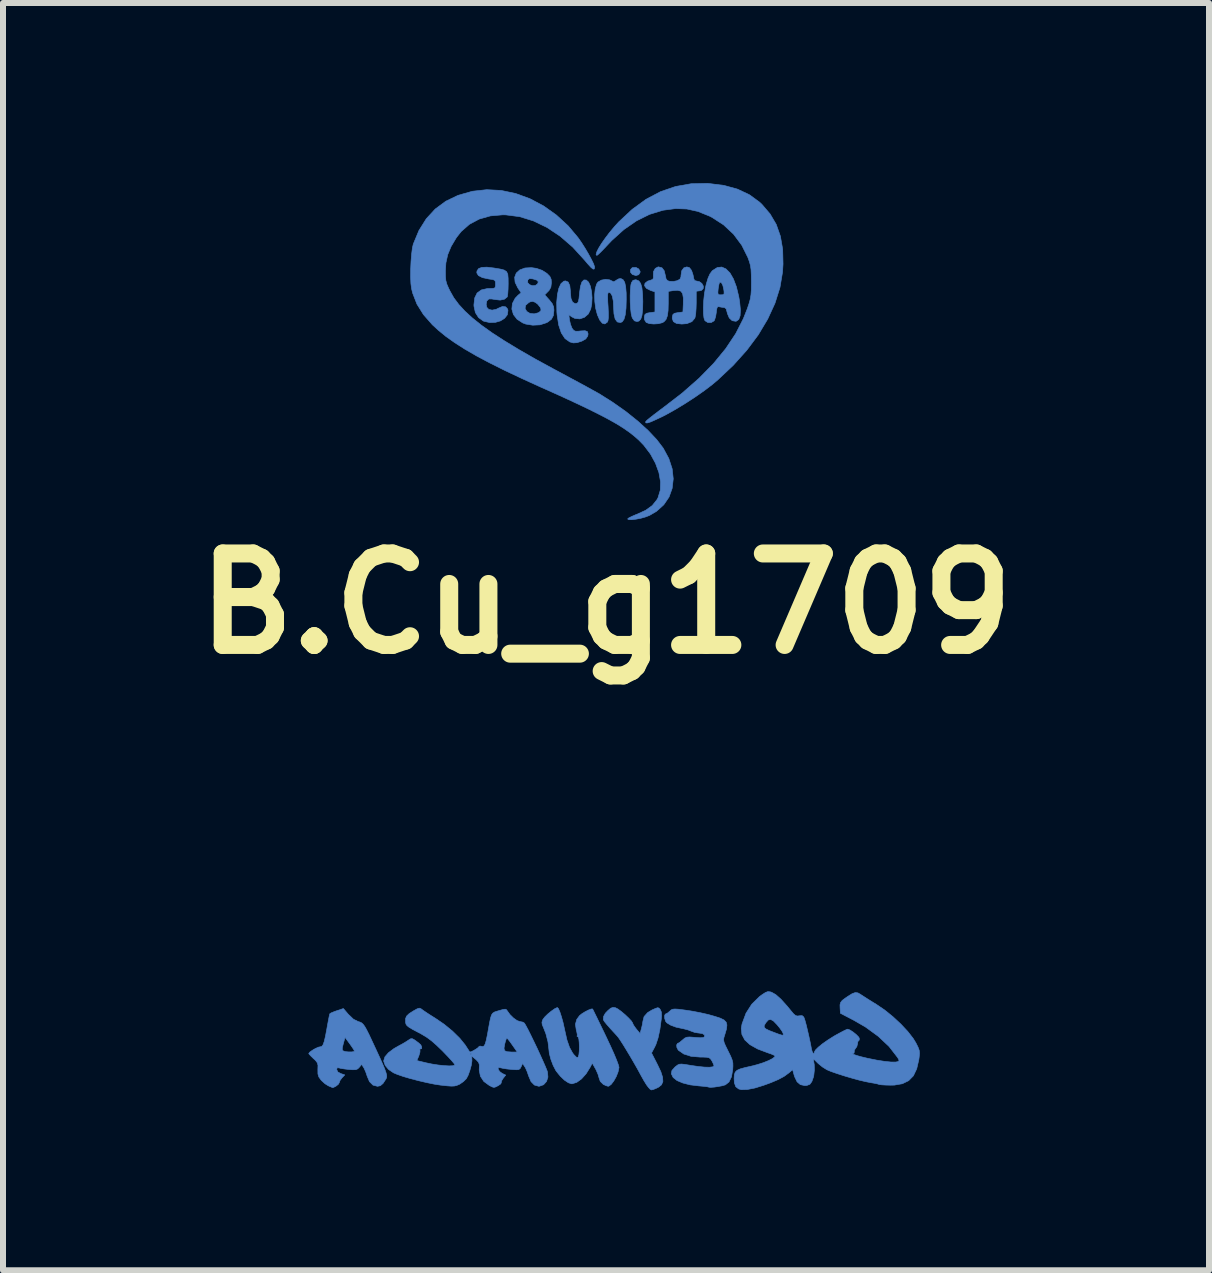
<source format=kicad_pcb>
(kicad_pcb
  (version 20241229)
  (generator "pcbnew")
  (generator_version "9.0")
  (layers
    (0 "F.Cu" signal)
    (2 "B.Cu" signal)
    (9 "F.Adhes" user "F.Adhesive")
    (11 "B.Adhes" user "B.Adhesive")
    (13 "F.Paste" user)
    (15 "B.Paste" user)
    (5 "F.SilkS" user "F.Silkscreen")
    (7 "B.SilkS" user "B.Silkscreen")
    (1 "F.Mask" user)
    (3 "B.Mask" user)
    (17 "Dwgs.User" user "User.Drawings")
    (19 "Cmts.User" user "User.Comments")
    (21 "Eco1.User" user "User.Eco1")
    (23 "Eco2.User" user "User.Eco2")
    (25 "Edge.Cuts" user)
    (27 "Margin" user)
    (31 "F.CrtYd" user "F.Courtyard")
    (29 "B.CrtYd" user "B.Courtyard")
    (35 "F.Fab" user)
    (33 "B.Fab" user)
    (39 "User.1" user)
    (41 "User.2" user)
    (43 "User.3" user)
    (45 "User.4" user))
  (footprint "B.Cu_g1709"
    (layer "F.Cu")
    (at 7.047 7.006)
    (property "Reference" "B.Cu_g1709" (at 0 0 0) (layer "F.SilkS") (effects (font (size 1.524 1.524) (thickness 0.3))))
    (attr through_hole)
    (fp_poly (pts (xy 0.545 -5.575) (xy 0.568 -5.534) (xy 0.567 -5.518) (xy 0.544 -5.479) (xy 0.498 -5.465) (xy 0.442 -5.482) (xy 0.439 -5.483) (xy 0.408 -5.52) (xy 0.407 -5.563) (xy 0.435 -5.595) (xy 0.444 -5.598) (xy 0.499 -5.6) (xy 0.545 -5.575)) (stroke (width 0.01) (type solid)) (fill yes) (layer "B.Cu"))
    (fp_poly (pts (xy 0.503 -5.394) (xy 0.546 -5.376) (xy 0.577 -5.334) (xy 0.598 -5.261) (xy 0.609 -5.154) (xy 0.613 -5.036) (xy 0.61 -4.9) (xy 0.599 -4.803) (xy 0.579 -4.74) (xy 0.548 -4.707) (xy 0.515 -4.699) (xy 0.473 -4.711) (xy 0.442 -4.752) (xy 0.433 -4.772) (xy 0.419 -4.83) (xy 0.409 -4.917) (xy 0.403 -5.021) (xy 0.402 -5.13) (xy 0.406 -5.23) (xy 0.414 -5.309) (xy 0.423 -5.345) (xy 0.449 -5.385) (xy 0.49 -5.395) (xy 0.503 -5.394)) (stroke (width 0.01) (type solid)) (fill yes) (layer "B.Cu"))
    (fp_poly (pts (xy 0.284 -5.396) (xy 0.311 -5.353) (xy 0.327 -5.28) (xy 0.336 -5.174) (xy 0.337 -5.069) (xy 0.333 -4.92) (xy 0.32 -4.81) (xy 0.299 -4.736) (xy 0.269 -4.694) (xy 0.24 -4.682) (xy 0.188 -4.692) (xy 0.152 -4.741) (xy 0.132 -4.829) (xy 0.127 -4.925) (xy 0.121 -5.04) (xy 0.104 -5.124) (xy 0.076 -5.174) (xy 0.048 -5.186) (xy 0.036 -5.179) (xy 0.028 -5.154) (xy 0.027 -5.105) (xy 0.029 -5.024) (xy 0.034 -4.953) (xy 0.039 -4.84) (xy 0.039 -4.763) (xy 0.033 -4.714) (xy 0.022 -4.689) (xy -0.02 -4.659) (xy -0.062 -4.671) (xy -0.106 -4.725) (xy -0.144 -4.811) (xy -0.172 -4.917) (xy -0.187 -5.031) (xy -0.19 -5.144) (xy -0.18 -5.244) (xy -0.157 -5.323) (xy -0.134 -5.357) (xy -0.078 -5.389) (xy -0.006 -5.402) (xy 0.062 -5.393) (xy 0.096 -5.376) (xy 0.127 -5.361) (xy 0.161 -5.379) (xy 0.168 -5.386) (xy 0.213 -5.411) (xy 0.247 -5.415) (xy 0.284 -5.396)) (stroke (width 0.01) (type solid)) (fill yes) (layer "B.Cu"))
    (fp_poly (pts (xy -0.329 -5.39) (xy -0.29 -5.355) (xy -0.26 -5.287) (xy -0.241 -5.197) (xy -0.233 -5.095) (xy -0.238 -4.991) (xy -0.255 -4.906) (xy -0.296 -4.824) (xy -0.36 -4.769) (xy -0.437 -4.743) (xy -0.519 -4.751) (xy -0.57 -4.777) (xy -0.62 -4.812) (xy -0.608 -4.723) (xy -0.592 -4.652) (xy -0.568 -4.591) (xy -0.562 -4.581) (xy -0.537 -4.55) (xy -0.506 -4.537) (xy -0.456 -4.538) (xy -0.425 -4.542) (xy -0.35 -4.546) (xy -0.31 -4.531) (xy -0.299 -4.493) (xy -0.305 -4.457) (xy -0.338 -4.409) (xy -0.402 -4.373) (xy -0.483 -4.347) (xy -0.546 -4.343) (xy -0.603 -4.359) (xy -0.683 -4.415) (xy -0.745 -4.509) (xy -0.789 -4.641) (xy -0.815 -4.809) (xy -0.819 -4.858) (xy -0.822 -5.015) (xy -0.81 -5.149) (xy -0.786 -5.255) (xy -0.75 -5.331) (xy -0.703 -5.371) (xy -0.675 -5.376) (xy -0.631 -5.357) (xy -0.604 -5.299) (xy -0.593 -5.202) (xy -0.593 -5.181) (xy -0.584 -5.085) (xy -0.558 -5.023) (xy -0.517 -4.998) (xy -0.496 -4.999) (xy -0.475 -5.008) (xy -0.46 -5.034) (xy -0.45 -5.084) (xy -0.442 -5.167) (xy -0.442 -5.172) (xy -0.426 -5.285) (xy -0.402 -5.358) (xy -0.368 -5.392) (xy -0.329 -5.39)) (stroke (width 0.01) (type solid)) (fill yes) (layer "B.Cu"))
    (fp_poly (pts (xy -1.868 -5.591) (xy -1.766 -5.574) (xy -1.698 -5.557) (xy -1.657 -5.53) (xy -1.637 -5.487) (xy -1.631 -5.419) (xy -1.63 -5.328) (xy -1.632 -5.239) (xy -1.637 -5.166) (xy -1.643 -5.118) (xy -1.647 -5.108) (xy -1.693 -5.071) (xy -1.764 -5.056) (xy -1.845 -5.065) (xy -1.904 -5.075) (xy -1.949 -5.075) (xy -1.954 -5.074) (xy -1.987 -5.041) (xy -1.997 -4.986) (xy -1.987 -4.936) (xy -1.954 -4.901) (xy -1.898 -4.889) (xy -1.831 -4.902) (xy -1.789 -4.923) (xy -1.725 -4.95) (xy -1.672 -4.944) (xy -1.639 -4.907) (xy -1.634 -4.882) (xy -1.644 -4.812) (xy -1.689 -4.754) (xy -1.758 -4.71) (xy -1.844 -4.685) (xy -1.939 -4.682) (xy -2.035 -4.704) (xy -2.047 -4.709) (xy -2.124 -4.765) (xy -2.177 -4.849) (xy -2.2 -4.954) (xy -2.201 -4.978) (xy -2.188 -5.092) (xy -2.148 -5.174) (xy -2.079 -5.225) (xy -1.979 -5.248) (xy -1.938 -5.249) (xy -1.879 -5.251) (xy -1.851 -5.261) (xy -1.842 -5.289) (xy -1.841 -5.322) (xy -1.843 -5.363) (xy -1.856 -5.387) (xy -1.889 -5.399) (xy -1.953 -5.408) (xy -1.959 -5.409) (xy -2.06 -5.431) (xy -2.125 -5.464) (xy -2.153 -5.509) (xy -2.15 -5.542) (xy -2.123 -5.581) (xy -2.07 -5.601) (xy -1.986 -5.605) (xy -1.868 -5.591)) (stroke (width 0.01) (type solid)) (fill yes) (layer "B.Cu"))
    (fp_poly (pts (xy 1.998 -5.576) (xy 2.064 -5.51) (xy 2.122 -5.41) (xy 2.172 -5.278) (xy 2.211 -5.116) (xy 2.226 -5.029) (xy 2.239 -4.893) (xy 2.234 -4.795) (xy 2.211 -4.733) (xy 2.169 -4.704) (xy 2.162 -4.703) (xy 2.102 -4.713) (xy 2.053 -4.759) (xy 2.022 -4.833) (xy 2.018 -4.851) (xy 2.001 -4.911) (xy 1.973 -4.932) (xy 1.971 -4.932) (xy 1.922 -4.938) (xy 1.892 -4.944) (xy 1.865 -4.947) (xy 1.85 -4.931) (xy 1.841 -4.887) (xy 1.837 -4.85) (xy 1.826 -4.781) (xy 1.809 -4.727) (xy 1.8 -4.71) (xy 1.752 -4.682) (xy 1.695 -4.683) (xy 1.648 -4.713) (xy 1.632 -4.757) (xy 1.623 -4.833) (xy 1.622 -4.932) (xy 1.627 -5.044) (xy 1.639 -5.16) (xy 1.643 -5.181) (xy 1.863 -5.181) (xy 1.869 -5.153) (xy 1.891 -5.144) (xy 1.916 -5.144) (xy 1.952 -5.146) (xy 1.967 -5.163) (xy 1.966 -5.204) (xy 1.962 -5.231) (xy 1.947 -5.298) (xy 1.925 -5.342) (xy 1.902 -5.355) (xy 1.892 -5.35) (xy 1.882 -5.322) (xy 1.872 -5.268) (xy 1.868 -5.24) (xy 1.863 -5.181) (xy 1.643 -5.181) (xy 1.658 -5.27) (xy 1.67 -5.323) (xy 1.7 -5.423) (xy 1.731 -5.492) (xy 1.767 -5.541) (xy 1.778 -5.551) (xy 1.854 -5.599) (xy 1.928 -5.607) (xy 1.998 -5.576)) (stroke (width 0.01) (type solid)) (fill yes) (layer "B.Cu"))
    (fp_poly (pts (xy 0.158 6.734) (xy 0.198 6.755) (xy 0.254 6.796) (xy 0.316 6.848) (xy 0.375 6.904) (xy 0.421 6.953) (xy 0.444 6.989) (xy 0.445 6.995) (xy 0.458 7.023) (xy 0.49 7.069) (xy 0.506 7.09) (xy 0.567 7.163) (xy 0.59 7.079) (xy 0.605 7.017) (xy 0.613 6.967) (xy 0.614 6.96) (xy 0.634 6.881) (xy 0.694 6.814) (xy 0.766 6.771) (xy 0.827 6.744) (xy 0.862 6.733) (xy 0.883 6.74) (xy 0.903 6.763) (xy 0.903 6.763) (xy 0.922 6.806) (xy 0.925 6.871) (xy 0.921 6.921) (xy 0.897 7.098) (xy 0.867 7.237) (xy 0.831 7.346) (xy 0.81 7.39) (xy 0.758 7.488) (xy 0.855 7.677) (xy 0.913 7.799) (xy 0.943 7.893) (xy 0.947 7.964) (xy 0.924 8.018) (xy 0.874 8.058) (xy 0.835 8.077) (xy 0.783 8.098) (xy 0.754 8.103) (xy 0.732 8.089) (xy 0.705 8.059) (xy 0.675 8.019) (xy 0.634 7.953) (xy 0.589 7.873) (xy 0.572 7.842) (xy 0.526 7.757) (xy 0.469 7.657) (xy 0.408 7.552) (xy 0.346 7.449) (xy 0.289 7.355) (xy 0.24 7.279) (xy 0.206 7.229) (xy 0.197 7.218) (xy 0.17 7.187) (xy 0.123 7.136) (xy 0.067 7.075) (xy 0.064 7.071) (xy 0.012 7.012) (xy -0.027 6.964) (xy -0.044 6.935) (xy -0.045 6.933) (xy -0.041 6.879) (xy -0.012 6.826) (xy 0.029 6.783) (xy 0.077 6.742) (xy 0.116 6.728) (xy 0.158 6.734)) (stroke (width 0.01) (type solid)) (fill yes) (layer "B.Cu"))
    (fp_poly (pts (xy -1.16 -5.585) (xy -1.065 -5.552) (xy -0.984 -5.5) (xy -0.983 -5.499) (xy -0.935 -5.45) (xy -0.914 -5.402) (xy -0.91 -5.345) (xy -0.919 -5.271) (xy -0.95 -5.216) (xy -0.966 -5.2) (xy -1.021 -5.144) (xy -0.945 -5.059) (xy -0.896 -4.997) (xy -0.873 -4.943) (xy -0.868 -4.888) (xy -0.877 -4.8) (xy -0.909 -4.738) (xy -0.973 -4.689) (xy -0.995 -4.678) (xy -1.1 -4.644) (xy -1.221 -4.638) (xy -1.339 -4.657) (xy -1.388 -4.676) (xy -1.482 -4.737) (xy -1.543 -4.816) (xy -1.569 -4.906) (xy -1.568 -4.918) (xy -1.349 -4.918) (xy -1.321 -4.867) (xy -1.268 -4.835) (xy -1.197 -4.827) (xy -1.129 -4.845) (xy -1.111 -4.856) (xy -1.084 -4.882) (xy -1.086 -4.913) (xy -1.098 -4.938) (xy -1.139 -4.989) (xy -1.179 -5.019) (xy -1.224 -5.035) (xy -1.267 -5.026) (xy -1.287 -5.015) (xy -1.339 -4.97) (xy -1.349 -4.918) (xy -1.568 -4.918) (xy -1.56 -4.999) (xy -1.514 -5.087) (xy -1.468 -5.135) (xy -1.415 -5.179) (xy -1.47 -5.26) (xy -1.515 -5.353) (xy -1.518 -5.386) (xy -1.305 -5.386) (xy -1.304 -5.344) (xy -1.273 -5.313) (xy -1.227 -5.296) (xy -1.178 -5.3) (xy -1.142 -5.324) (xy -1.128 -5.361) (xy -1.154 -5.389) (xy -1.22 -5.41) (xy -1.223 -5.41) (xy -1.274 -5.415) (xy -1.299 -5.398) (xy -1.305 -5.386) (xy -1.518 -5.386) (xy -1.522 -5.437) (xy -1.495 -5.507) (xy -1.437 -5.559) (xy -1.351 -5.591) (xy -1.243 -5.597) (xy -1.16 -5.585)) (stroke (width 0.01) (type solid)) (fill yes) (layer "B.Cu"))
    (fp_poly (pts (xy 1.388 -5.598) (xy 1.419 -5.559) (xy 1.43 -5.536) (xy 1.45 -5.475) (xy 1.46 -5.424) (xy 1.46 -5.419) (xy 1.475 -5.383) (xy 1.498 -5.376) (xy 1.556 -5.363) (xy 1.598 -5.332) (xy 1.621 -5.29) (xy 1.62 -5.25) (xy 1.593 -5.22) (xy 1.561 -5.211) (xy 1.503 -5.204) (xy 1.503 -5.006) (xy 1.5 -4.912) (xy 1.494 -4.829) (xy 1.484 -4.771) (xy 1.479 -4.755) (xy 1.43 -4.697) (xy 1.347 -4.664) (xy 1.262 -4.657) (xy 1.174 -4.667) (xy 1.122 -4.698) (xy 1.103 -4.752) (xy 1.104 -4.774) (xy 1.114 -4.815) (xy 1.139 -4.836) (xy 1.194 -4.847) (xy 1.196 -4.847) (xy 1.281 -4.858) (xy 1.287 -4.984) (xy 1.288 -5.092) (xy 1.276 -5.164) (xy 1.246 -5.205) (xy 1.195 -5.22) (xy 1.118 -5.215) (xy 1.11 -5.213) (xy 1.037 -5.201) (xy 1.037 -5.004) (xy 1.034 -4.882) (xy 1.022 -4.794) (xy 1 -4.734) (xy 0.966 -4.696) (xy 0.939 -4.68) (xy 0.873 -4.663) (xy 0.794 -4.658) (xy 0.72 -4.665) (xy 0.669 -4.684) (xy 0.64 -4.731) (xy 0.638 -4.774) (xy 0.648 -4.815) (xy 0.674 -4.836) (xy 0.728 -4.847) (xy 0.73 -4.847) (xy 0.815 -4.858) (xy 0.815 -5.193) (xy 0.742 -5.217) (xy 0.673 -5.252) (xy 0.642 -5.295) (xy 0.649 -5.337) (xy 0.693 -5.372) (xy 0.739 -5.386) (xy 0.78 -5.402) (xy 0.79 -5.434) (xy 0.788 -5.459) (xy 0.791 -5.531) (xy 0.82 -5.584) (xy 0.867 -5.609) (xy 0.877 -5.609) (xy 0.932 -5.594) (xy 0.969 -5.546) (xy 0.989 -5.464) (xy 1.001 -5.408) (xy 1.024 -5.38) (xy 1.06 -5.369) (xy 1.124 -5.367) (xy 1.184 -5.379) (xy 1.231 -5.404) (xy 1.248 -5.442) (xy 1.249 -5.464) (xy 1.261 -5.545) (xy 1.297 -5.594) (xy 1.346 -5.609) (xy 1.388 -5.598)) (stroke (width 0.01) (type solid)) (fill yes) (layer "B.Cu"))
    (fp_poly (pts (xy -0.792 6.75) (xy -0.769 6.804) (xy -0.743 6.883) (xy -0.716 6.98) (xy -0.692 7.088) (xy -0.687 7.112) (xy -0.651 7.272) (xy -0.608 7.395) (xy -0.556 7.489) (xy -0.535 7.516) (xy -0.496 7.556) (xy -0.472 7.562) (xy -0.463 7.553) (xy -0.452 7.516) (xy -0.446 7.456) (xy -0.444 7.384) (xy -0.447 7.313) (xy -0.453 7.255) (xy -0.464 7.222) (xy -0.469 7.218) (xy -0.484 7.21) (xy -0.481 7.205) (xy -0.479 7.179) (xy -0.489 7.128) (xy -0.496 7.104) (xy -0.51 7.009) (xy -0.488 6.929) (xy -0.442 6.866) (xy -0.404 6.835) (xy -0.351 6.802) (xy -0.295 6.773) (xy -0.248 6.755) (xy -0.224 6.754) (xy -0.213 6.775) (xy -0.187 6.828) (xy -0.147 6.909) (xy -0.097 7.013) (xy -0.039 7.132) (xy 0.002 7.218) (xy 0.074 7.371) (xy 0.133 7.502) (xy 0.177 7.608) (xy 0.205 7.684) (xy 0.216 7.726) (xy 0.216 7.729) (xy 0.201 7.802) (xy 0.17 7.881) (xy 0.13 7.953) (xy 0.087 8.01) (xy 0.047 8.04) (xy 0.033 8.042) (xy -0.000454 8.032) (xy -0.045 8.011) (xy -0.096 7.961) (xy -0.115 7.907) (xy -0.134 7.842) (xy -0.167 7.767) (xy -0.179 7.745) (xy -0.229 7.657) (xy -0.266 7.728) (xy -0.332 7.834) (xy -0.408 7.919) (xy -0.488 7.977) (xy -0.565 8.001) (xy -0.574 8.001) (xy -0.627 7.984) (xy -0.693 7.94) (xy -0.761 7.875) (xy -0.823 7.799) (xy -0.837 7.779) (xy -0.881 7.694) (xy -0.919 7.593) (xy -0.945 7.494) (xy -0.952 7.429) (xy -0.967 7.303) (xy -1.002 7.167) (xy -1.038 7.075) (xy -1.063 7.015) (xy -1.068 6.976) (xy -1.056 6.937) (xy -1.05 6.926) (xy -1.02 6.887) (xy -0.97 6.838) (xy -0.911 6.79) (xy -0.856 6.751) (xy -0.816 6.732) (xy -0.81 6.731) (xy -0.792 6.75)) (stroke (width 0.01) (type solid)) (fill yes) (layer "B.Cu"))
    (fp_poly (pts (xy 1.711 -6.999) (xy 1.965 -6.967) (xy 2.19 -6.905) (xy 2.388 -6.812) (xy 2.558 -6.688) (xy 2.597 -6.651) (xy 2.733 -6.492) (xy 2.836 -6.317) (xy 2.905 -6.121) (xy 2.943 -5.903) (xy 2.949 -5.658) (xy 2.941 -5.524) (xy 2.898 -5.267) (xy 2.815 -5.004) (xy 2.694 -4.741) (xy 2.537 -4.478) (xy 2.345 -4.221) (xy 2.12 -3.97) (xy 1.864 -3.729) (xy 1.767 -3.647) (xy 1.641 -3.551) (xy 1.49 -3.445) (xy 1.326 -3.338) (xy 1.162 -3.238) (xy 1.01 -3.153) (xy 0.945 -3.119) (xy 0.828 -3.064) (xy 0.745 -3.027) (xy 0.692 -3.01) (xy 0.664 -3.01) (xy 0.66 -3.026) (xy 0.661 -3.031) (xy 0.68 -3.052) (xy 0.728 -3.092) (xy 0.798 -3.147) (xy 0.885 -3.213) (xy 0.947 -3.259) (xy 1.269 -3.507) (xy 1.55 -3.754) (xy 1.791 -4) (xy 1.994 -4.247) (xy 2.16 -4.496) (xy 2.289 -4.749) (xy 2.354 -4.913) (xy 2.384 -5.003) (xy 2.404 -5.076) (xy 2.415 -5.146) (xy 2.421 -5.226) (xy 2.422 -5.331) (xy 2.422 -5.366) (xy 2.42 -5.481) (xy 2.416 -5.566) (xy 2.406 -5.633) (xy 2.389 -5.695) (xy 2.364 -5.764) (xy 2.364 -5.765) (xy 2.261 -5.971) (xy 2.125 -6.154) (xy 1.958 -6.31) (xy 1.766 -6.434) (xy 1.725 -6.455) (xy 1.532 -6.533) (xy 1.347 -6.574) (xy 1.159 -6.581) (xy 0.956 -6.554) (xy 0.942 -6.551) (xy 0.724 -6.484) (xy 0.508 -6.377) (xy 0.297 -6.231) (xy 0.094 -6.048) (xy 0.027 -5.977) (xy -0.039 -5.907) (xy -0.096 -5.849) (xy -0.136 -5.812) (xy -0.153 -5.8) (xy -0.166 -5.815) (xy -0.155 -5.857) (xy -0.124 -5.92) (xy -0.075 -5.999) (xy -0.012 -6.089) (xy 0.061 -6.185) (xy 0.141 -6.281) (xy 0.211 -6.358) (xy 0.435 -6.567) (xy 0.667 -6.736) (xy 0.908 -6.863) (xy 1.159 -6.949) (xy 1.419 -6.995) (xy 1.691 -7.001) (xy 1.711 -6.999)) (stroke (width 0.01) (type solid)) (fill yes) (layer "B.Cu"))
    (fp_poly (pts (xy -4.293 6.844) (xy -4.208 6.925) (xy -4.131 6.963) (xy -4.099 6.973) (xy -4.072 6.986) (xy -4.047 7.009) (xy -4.02 7.045) (xy -3.989 7.1) (xy -3.949 7.179) (xy -3.898 7.288) (xy -3.842 7.408) (xy -3.775 7.553) (xy -3.725 7.664) (xy -3.69 7.747) (xy -3.668 7.808) (xy -3.656 7.852) (xy -3.654 7.883) (xy -3.66 7.907) (xy -3.668 7.923) (xy -3.715 7.995) (xy -3.76 8.033) (xy -3.808 8.043) (xy -3.883 8.023) (xy -3.941 7.965) (xy -3.979 7.876) (xy -4.003 7.805) (xy -4.03 7.744) (xy -4.038 7.73) (xy -4.072 7.678) (xy -4.111 7.726) (xy -4.137 7.752) (xy -4.168 7.765) (xy -4.218 7.767) (xy -4.281 7.763) (xy -4.357 7.754) (xy -4.42 7.744) (xy -4.45 7.736) (xy -4.48 7.734) (xy -4.487 7.764) (xy -4.468 7.804) (xy -4.42 7.83) (xy -4.353 7.853) (xy -4.399 7.902) (xy -4.432 7.946) (xy -4.445 7.983) (xy -4.461 8.01) (xy -4.499 8.04) (xy -4.539 8.061) (xy -4.557 8.064) (xy -4.577 8.056) (xy -4.621 8.037) (xy -4.626 8.035) (xy -4.682 8) (xy -4.739 7.948) (xy -4.749 7.937) (xy -4.785 7.887) (xy -4.8 7.837) (xy -4.801 7.768) (xy -4.801 7.76) (xy -4.799 7.693) (xy -4.811 7.65) (xy -4.842 7.61) (xy -4.874 7.581) (xy -4.919 7.537) (xy -4.948 7.505) (xy -4.953 7.496) (xy -4.935 7.473) (xy -4.893 7.443) (xy -4.873 7.431) (xy -4.395 7.431) (xy -4.382 7.451) (xy -4.378 7.453) (xy -4.342 7.465) (xy -4.29 7.47) (xy -4.238 7.47) (xy -4.2 7.464) (xy -4.192 7.456) (xy -4.203 7.432) (xy -4.234 7.385) (xy -4.27 7.334) (xy -4.348 7.228) (xy -4.377 7.332) (xy -4.393 7.396) (xy -4.395 7.431) (xy -4.873 7.431) (xy -4.84 7.412) (xy -4.79 7.39) (xy -4.759 7.384) (xy -4.736 7.378) (xy -4.715 7.351) (xy -4.695 7.296) (xy -4.675 7.211) (xy -4.652 7.089) (xy -4.645 7.048) (xy -4.629 6.961) (xy -4.615 6.889) (xy -4.605 6.844) (xy -4.601 6.833) (xy -4.578 6.819) (xy -4.527 6.798) (xy -4.484 6.783) (xy -4.376 6.747) (xy -4.293 6.844)) (stroke (width 0.01) (type solid)) (fill yes) (layer "B.Cu"))
    (fp_poly (pts (xy 1.201 6.758) (xy 1.287 6.769) (xy 1.31 6.772) (xy 1.442 6.792) (xy 1.576 6.818) (xy 1.704 6.847) (xy 1.817 6.879) (xy 1.907 6.909) (xy 1.964 6.937) (xy 1.968 6.94) (xy 2.002 6.975) (xy 2.014 7.021) (xy 2.007 7.087) (xy 1.979 7.182) (xy 1.976 7.191) (xy 1.963 7.234) (xy 1.959 7.269) (xy 1.966 7.308) (xy 1.987 7.36) (xy 2.025 7.437) (xy 2.034 7.455) (xy 2.076 7.54) (xy 2.101 7.602) (xy 2.113 7.654) (xy 2.114 7.708) (xy 2.111 7.762) (xy 2.09 7.885) (xy 2.049 7.97) (xy 1.988 8.019) (xy 1.983 8.02) (xy 1.935 8.034) (xy 1.87 8.046) (xy 1.803 8.056) (xy 1.746 8.06) (xy 1.716 8.058) (xy 1.714 8.057) (xy 1.69 8.051) (xy 1.634 8.044) (xy 1.558 8.037) (xy 1.545 8.036) (xy 1.403 8.019) (xy 1.28 7.988) (xy 1.183 7.947) (xy 1.121 7.898) (xy 1.116 7.892) (xy 1.088 7.834) (xy 1.098 7.779) (xy 1.148 7.723) (xy 1.164 7.71) (xy 1.194 7.687) (xy 1.222 7.675) (xy 1.258 7.672) (xy 1.313 7.678) (xy 1.398 7.692) (xy 1.409 7.694) (xy 1.533 7.712) (xy 1.64 7.723) (xy 1.724 7.725) (xy 1.779 7.718) (xy 1.799 7.703) (xy 1.799 7.703) (xy 1.789 7.67) (xy 1.765 7.621) (xy 1.763 7.618) (xy 1.742 7.587) (xy 1.718 7.568) (xy 1.68 7.559) (xy 1.616 7.556) (xy 1.567 7.556) (xy 1.416 7.543) (xy 1.296 7.505) (xy 1.207 7.443) (xy 1.201 7.436) (xy 1.18 7.395) (xy 1.177 7.353) (xy 1.193 7.326) (xy 1.204 7.324) (xy 1.227 7.311) (xy 1.266 7.278) (xy 1.277 7.269) (xy 1.311 7.24) (xy 1.345 7.225) (xy 1.39 7.221) (xy 1.461 7.226) (xy 1.48 7.228) (xy 1.568 7.234) (xy 1.62 7.23) (xy 1.641 7.217) (xy 1.641 7.187) (xy 1.607 7.165) (xy 1.546 7.155) (xy 1.539 7.155) (xy 1.474 7.144) (xy 1.422 7.125) (xy 1.365 7.103) (xy 1.291 7.084) (xy 1.27 7.08) (xy 1.165 7.057) (xy 1.077 7.024) (xy 1.016 6.987) (xy 0.994 6.963) (xy 0.978 6.914) (xy 0.975 6.868) (xy 0.987 6.84) (xy 0.995 6.837) (xy 1.024 6.823) (xy 1.062 6.791) (xy 1.085 6.77) (xy 1.109 6.759) (xy 1.145 6.755) (xy 1.201 6.758)) (stroke (width 0.01) (type solid)) (fill yes) (layer "B.Cu"))
    (fp_poly (pts (xy -1.746 -6.883) (xy -1.505 -6.832) (xy -1.269 -6.746) (xy -1.042 -6.626) (xy -0.828 -6.474) (xy -0.631 -6.293) (xy -0.468 -6.099) (xy -0.408 -6.013) (xy -0.347 -5.917) (xy -0.29 -5.82) (xy -0.242 -5.731) (xy -0.207 -5.659) (xy -0.191 -5.61) (xy -0.191 -5.604) (xy -0.196 -5.575) (xy -0.214 -5.572) (xy -0.249 -5.599) (xy -0.302 -5.657) (xy -0.357 -5.722) (xy -0.554 -5.938) (xy -0.764 -6.12) (xy -0.983 -6.266) (xy -1.209 -6.375) (xy -1.438 -6.446) (xy -1.669 -6.476) (xy -1.721 -6.477) (xy -1.927 -6.459) (xy -2.113 -6.406) (xy -2.276 -6.319) (xy -2.414 -6.198) (xy -2.494 -6.096) (xy -2.581 -5.95) (xy -2.637 -5.815) (xy -2.668 -5.676) (xy -2.676 -5.545) (xy -2.675 -5.451) (xy -2.669 -5.383) (xy -2.652 -5.321) (xy -2.621 -5.25) (xy -2.598 -5.204) (xy -2.536 -5.094) (xy -2.454 -4.984) (xy -2.352 -4.873) (xy -2.227 -4.758) (xy -2.077 -4.638) (xy -1.899 -4.511) (xy -1.692 -4.377) (xy -1.453 -4.232) (xy -1.18 -4.075) (xy -0.87 -3.906) (xy -0.73 -3.831) (xy -0.591 -3.756) (xy -0.457 -3.684) (xy -0.335 -3.618) (xy -0.232 -3.561) (xy -0.154 -3.518) (xy -0.116 -3.497) (xy 0.115 -3.351) (xy 0.332 -3.198) (xy 0.529 -3.04) (xy 0.702 -2.883) (xy 0.845 -2.731) (xy 0.953 -2.589) (xy 1.046 -2.417) (xy 1.102 -2.245) (xy 1.12 -2.078) (xy 1.102 -1.92) (xy 1.05 -1.775) (xy 0.962 -1.646) (xy 0.841 -1.537) (xy 0.725 -1.469) (xy 0.657 -1.443) (xy 0.579 -1.421) (xy 0.5 -1.406) (xy 0.43 -1.397) (xy 0.38 -1.398) (xy 0.36 -1.409) (xy 0.36 -1.41) (xy 0.378 -1.426) (xy 0.427 -1.451) (xy 0.496 -1.481) (xy 0.513 -1.487) (xy 0.66 -1.554) (xy 0.77 -1.633) (xy 0.847 -1.729) (xy 0.866 -1.763) (xy 0.904 -1.889) (xy 0.908 -2.03) (xy 0.881 -2.182) (xy 0.824 -2.338) (xy 0.74 -2.492) (xy 0.63 -2.637) (xy 0.546 -2.724) (xy 0.471 -2.79) (xy 0.387 -2.856) (xy 0.292 -2.922) (xy 0.182 -2.991) (xy 0.053 -3.064) (xy -0.097 -3.143) (xy -0.272 -3.231) (xy -0.475 -3.328) (xy -0.71 -3.437) (xy -0.98 -3.559) (xy -1.069 -3.598) (xy -1.394 -3.746) (xy -1.682 -3.882) (xy -1.935 -4.008) (xy -2.157 -4.126) (xy -2.351 -4.238) (xy -2.52 -4.346) (xy -2.667 -4.45) (xy -2.794 -4.554) (xy -2.894 -4.646) (xy -3.042 -4.815) (xy -3.151 -4.99) (xy -3.222 -5.173) (xy -3.24 -5.247) (xy -3.251 -5.331) (xy -3.256 -5.442) (xy -3.255 -5.569) (xy -3.249 -5.7) (xy -3.239 -5.823) (xy -3.226 -5.926) (xy -3.211 -5.99) (xy -3.117 -6.216) (xy -2.995 -6.411) (xy -2.846 -6.573) (xy -2.669 -6.704) (xy -2.465 -6.802) (xy -2.232 -6.868) (xy -2.223 -6.87) (xy -1.987 -6.896) (xy -1.746 -6.883)) (stroke (width 0.01) (type solid)) (fill yes) (layer "B.Cu"))
    (fp_poly (pts (xy 2.736 6.469) (xy 2.759 6.476) (xy 2.828 6.515) (xy 2.915 6.592) (xy 3.019 6.708) (xy 3.078 6.78) (xy 3.125 6.836) (xy 3.16 6.865) (xy 3.192 6.872) (xy 3.219 6.868) (xy 3.267 6.865) (xy 3.293 6.887) (xy 3.301 6.904) (xy 3.315 6.946) (xy 3.335 7.019) (xy 3.357 7.111) (xy 3.38 7.21) (xy 3.401 7.307) (xy 3.417 7.389) (xy 3.423 7.424) (xy 3.436 7.467) (xy 3.453 7.493) (xy 3.467 7.493) (xy 3.471 7.472) (xy 3.489 7.439) (xy 3.536 7.392) (xy 3.607 7.334) (xy 3.694 7.273) (xy 3.79 7.212) (xy 3.826 7.191) (xy 3.905 7.148) (xy 3.97 7.114) (xy 4.014 7.094) (xy 4.025 7.091) (xy 4.063 7.104) (xy 4.116 7.138) (xy 4.169 7.181) (xy 4.208 7.221) (xy 4.219 7.24) (xy 4.219 7.273) (xy 4.21 7.281) (xy 4.195 7.299) (xy 4.191 7.332) (xy 4.178 7.383) (xy 4.158 7.409) (xy 4.136 7.444) (xy 4.136 7.465) (xy 4.132 7.49) (xy 4.122 7.494) (xy 4.104 7.499) (xy 4.124 7.511) (xy 4.175 7.529) (xy 4.253 7.551) (xy 4.353 7.575) (xy 4.372 7.579) (xy 4.512 7.607) (xy 4.639 7.627) (xy 4.745 7.638) (xy 4.824 7.639) (xy 4.861 7.632) (xy 4.881 7.619) (xy 4.877 7.596) (xy 4.857 7.562) (xy 4.716 7.38) (xy 4.537 7.211) (xy 4.323 7.055) (xy 4.129 6.943) (xy 3.905 6.826) (xy 3.9 6.742) (xy 3.898 6.686) (xy 3.908 6.647) (xy 3.935 6.612) (xy 3.987 6.573) (xy 4.028 6.545) (xy 4.1 6.5) (xy 4.152 6.481) (xy 4.196 6.486) (xy 4.244 6.513) (xy 4.25 6.518) (xy 4.292 6.545) (xy 4.359 6.588) (xy 4.442 6.64) (xy 4.506 6.679) (xy 4.644 6.773) (xy 4.782 6.885) (xy 4.912 7.006) (xy 5.027 7.129) (xy 5.118 7.246) (xy 5.163 7.32) (xy 5.199 7.392) (xy 5.218 7.444) (xy 5.223 7.494) (xy 5.217 7.558) (xy 5.211 7.601) (xy 5.176 7.752) (xy 5.121 7.868) (xy 5.042 7.949) (xy 4.937 8) (xy 4.803 8.023) (xy 4.737 8.024) (xy 4.655 8.022) (xy 4.591 8.018) (xy 4.554 8.013) (xy 4.551 8.012) (xy 4.522 8.003) (xy 4.465 7.991) (xy 4.41 7.982) (xy 4.324 7.965) (xy 4.214 7.939) (xy 4.09 7.905) (xy 3.965 7.868) (xy 3.847 7.83) (xy 3.749 7.796) (xy 3.68 7.767) (xy 3.678 7.766) (xy 3.605 7.72) (xy 3.533 7.661) (xy 3.516 7.644) (xy 3.474 7.603) (xy 3.456 7.596) (xy 3.457 7.61) (xy 3.469 7.682) (xy 3.471 7.772) (xy 3.462 7.858) (xy 3.457 7.885) (xy 3.429 7.964) (xy 3.396 8.009) (xy 3.347 8.028) (xy 3.312 8.031) (xy 3.238 8.015) (xy 3.183 7.968) (xy 3.142 7.883) (xy 3.132 7.85) (xy 3.109 7.766) (xy 3.044 7.821) (xy 2.966 7.878) (xy 2.869 7.93) (xy 2.744 7.983) (xy 2.626 8.026) (xy 2.477 8.072) (xy 2.353 8.096) (xy 2.257 8.099) (xy 2.21 8.087) (xy 2.162 8.05) (xy 2.138 7.985) (xy 2.134 7.911) (xy 2.138 7.851) (xy 2.152 7.808) (xy 2.182 7.777) (xy 2.235 7.753) (xy 2.318 7.73) (xy 2.404 7.711) (xy 2.518 7.682) (xy 2.622 7.649) (xy 2.711 7.613) (xy 2.777 7.579) (xy 2.812 7.549) (xy 2.815 7.538) (xy 2.797 7.524) (xy 2.749 7.503) (xy 2.693 7.484) (xy 2.526 7.421) (xy 2.399 7.35) (xy 2.312 7.27) (xy 2.264 7.18) (xy 2.253 7.078) (xy 2.261 7.032) (xy 2.635 7.032) (xy 2.636 7.061) (xy 2.662 7.086) (xy 2.719 7.114) (xy 2.797 7.144) (xy 2.877 7.174) (xy 2.925 7.189) (xy 2.949 7.191) (xy 2.954 7.18) (xy 2.949 7.157) (xy 2.949 7.157) (xy 2.93 7.121) (xy 2.891 7.067) (xy 2.849 7.016) (xy 2.789 6.954) (xy 2.743 6.929) (xy 2.703 6.938) (xy 2.664 6.982) (xy 2.655 6.996) (xy 2.635 7.032) (xy 2.261 7.032) (xy 2.266 7.003) (xy 2.332 6.825) (xy 2.428 6.675) (xy 2.557 6.548) (xy 2.599 6.517) (xy 2.656 6.48) (xy 2.696 6.465) (xy 2.736 6.469)) (stroke (width 0.01) (type solid)) (fill yes) (layer "B.Cu"))
    (fp_poly (pts (xy -3.085 6.749) (xy -3.073 6.758) (xy -3.04 6.782) (xy -2.981 6.822) (xy -2.905 6.871) (xy -2.847 6.907) (xy -2.696 7.01) (xy -2.556 7.125) (xy -2.437 7.242) (xy -2.347 7.353) (xy -2.338 7.367) (xy -2.303 7.421) (xy -2.278 7.459) (xy -2.271 7.47) (xy -2.25 7.468) (xy -2.21 7.449) (xy -2.165 7.422) (xy -2.145 7.408) (xy -1.7 7.408) (xy -1.691 7.448) (xy -1.655 7.466) (xy -1.586 7.471) (xy -1.57 7.472) (xy -1.479 7.472) (xy -1.56 7.356) (xy -1.602 7.297) (xy -1.636 7.255) (xy -1.653 7.239) (xy -1.664 7.258) (xy -1.679 7.305) (xy -1.688 7.339) (xy -1.7 7.408) (xy -2.145 7.408) (xy -2.129 7.396) (xy -2.117 7.381) (xy -2.1 7.372) (xy -2.074 7.377) (xy -2.05 7.38) (xy -2.03 7.368) (xy -2.013 7.336) (xy -1.996 7.277) (xy -1.977 7.187) (xy -1.96 7.091) (xy -1.94 6.98) (xy -1.924 6.904) (xy -1.908 6.854) (xy -1.887 6.824) (xy -1.858 6.805) (xy -1.815 6.791) (xy -1.784 6.782) (xy -1.717 6.763) (xy -1.679 6.758) (xy -1.659 6.766) (xy -1.644 6.787) (xy -1.6 6.848) (xy -1.542 6.905) (xy -1.483 6.947) (xy -1.435 6.964) (xy -1.433 6.964) (xy -1.385 6.974) (xy -1.36 6.99) (xy -1.337 7.028) (xy -1.3 7.097) (xy -1.254 7.189) (xy -1.202 7.296) (xy -1.147 7.41) (xy -1.095 7.524) (xy -1.047 7.63) (xy -1.008 7.719) (xy -0.982 7.784) (xy -0.975 7.807) (xy -0.968 7.89) (xy -0.992 7.963) (xy -1.041 8.017) (xy -1.109 8.041) (xy -1.122 8.042) (xy -1.193 8.022) (xy -1.25 7.964) (xy -1.289 7.872) (xy -1.314 7.799) (xy -1.343 7.734) (xy -1.353 7.718) (xy -1.39 7.662) (xy -1.415 7.717) (xy -1.432 7.748) (xy -1.454 7.763) (xy -1.493 7.767) (xy -1.561 7.763) (xy -1.572 7.762) (xy -1.651 7.754) (xy -1.719 7.743) (xy -1.754 7.735) (xy -1.79 7.729) (xy -1.798 7.747) (xy -1.796 7.76) (xy -1.772 7.797) (xy -1.73 7.828) (xy -1.671 7.856) (xy -1.714 7.91) (xy -1.74 7.952) (xy -1.746 7.98) (xy -1.745 7.981) (xy -1.754 8.002) (xy -1.791 8.028) (xy -1.797 8.032) (xy -1.841 8.054) (xy -1.868 8.061) (xy -1.897 8.053) (xy -1.946 8.028) (xy -1.947 8.027) (xy -2.036 7.962) (xy -2.093 7.875) (xy -2.113 7.773) (xy -2.112 7.747) (xy -2.11 7.684) (xy -2.124 7.643) (xy -2.162 7.602) (xy -2.177 7.589) (xy -2.22 7.554) (xy -2.238 7.546) (xy -2.238 7.563) (xy -2.236 7.569) (xy -2.234 7.619) (xy -2.245 7.693) (xy -2.268 7.777) (xy -2.296 7.856) (xy -2.327 7.915) (xy -2.328 7.916) (xy -2.376 7.964) (xy -2.438 8.007) (xy -2.449 8.012) (xy -2.489 8.029) (xy -2.528 8.038) (xy -2.577 8.04) (xy -2.647 8.035) (xy -2.748 8.024) (xy -2.751 8.024) (xy -2.861 8.007) (xy -2.989 7.981) (xy -3.125 7.949) (xy -3.26 7.914) (xy -3.382 7.878) (xy -3.482 7.843) (xy -3.541 7.818) (xy -3.623 7.762) (xy -3.679 7.695) (xy -3.704 7.626) (xy -3.704 7.617) (xy -3.684 7.552) (xy -3.626 7.484) (xy -3.533 7.414) (xy -3.461 7.373) (xy -3.389 7.334) (xy -3.324 7.295) (xy -3.297 7.277) (xy -3.258 7.252) (xy -3.229 7.249) (xy -3.193 7.268) (xy -3.17 7.284) (xy -3.121 7.321) (xy -3.089 7.35) (xy -3.085 7.354) (xy -3.071 7.389) (xy -3.073 7.416) (xy -3.089 7.42) (xy -3.09 7.419) (xy -3.103 7.422) (xy -3.1 7.435) (xy -3.1 7.472) (xy -3.116 7.527) (xy -3.12 7.539) (xy -3.152 7.614) (xy -2.999 7.651) (xy -2.899 7.672) (xy -2.796 7.688) (xy -2.698 7.698) (xy -2.614 7.703) (xy -2.552 7.7) (xy -2.521 7.69) (xy -2.519 7.685) (xy -2.533 7.661) (xy -2.572 7.615) (xy -2.631 7.551) (xy -2.676 7.504) (xy -2.265 7.504) (xy -2.254 7.514) (xy -2.244 7.504) (xy -2.254 7.493) (xy -2.265 7.504) (xy -2.676 7.504) (xy -2.703 7.476) (xy -2.725 7.453) (xy -2.824 7.358) (xy -2.906 7.286) (xy -2.984 7.228) (xy -3.07 7.176) (xy -3.133 7.142) (xy -3.222 7.095) (xy -3.281 7.06) (xy -3.315 7.033) (xy -3.333 7.007) (xy -3.34 6.976) (xy -3.34 6.968) (xy -3.34 6.914) (xy -3.322 6.872) (xy -3.279 6.831) (xy -3.205 6.784) (xy -3.203 6.783) (xy -3.145 6.751) (xy -3.11 6.741) (xy -3.085 6.749)) (stroke (width 0.01) (type solid)) (fill yes) (layer "B.Cu")))
  (gr_rect
    (start -3 -3)
    (end 17.093 18.114)
    (stroke (width 0.1) (type default))
    (fill no)
    (layer "Edge.Cuts")))
</source>
